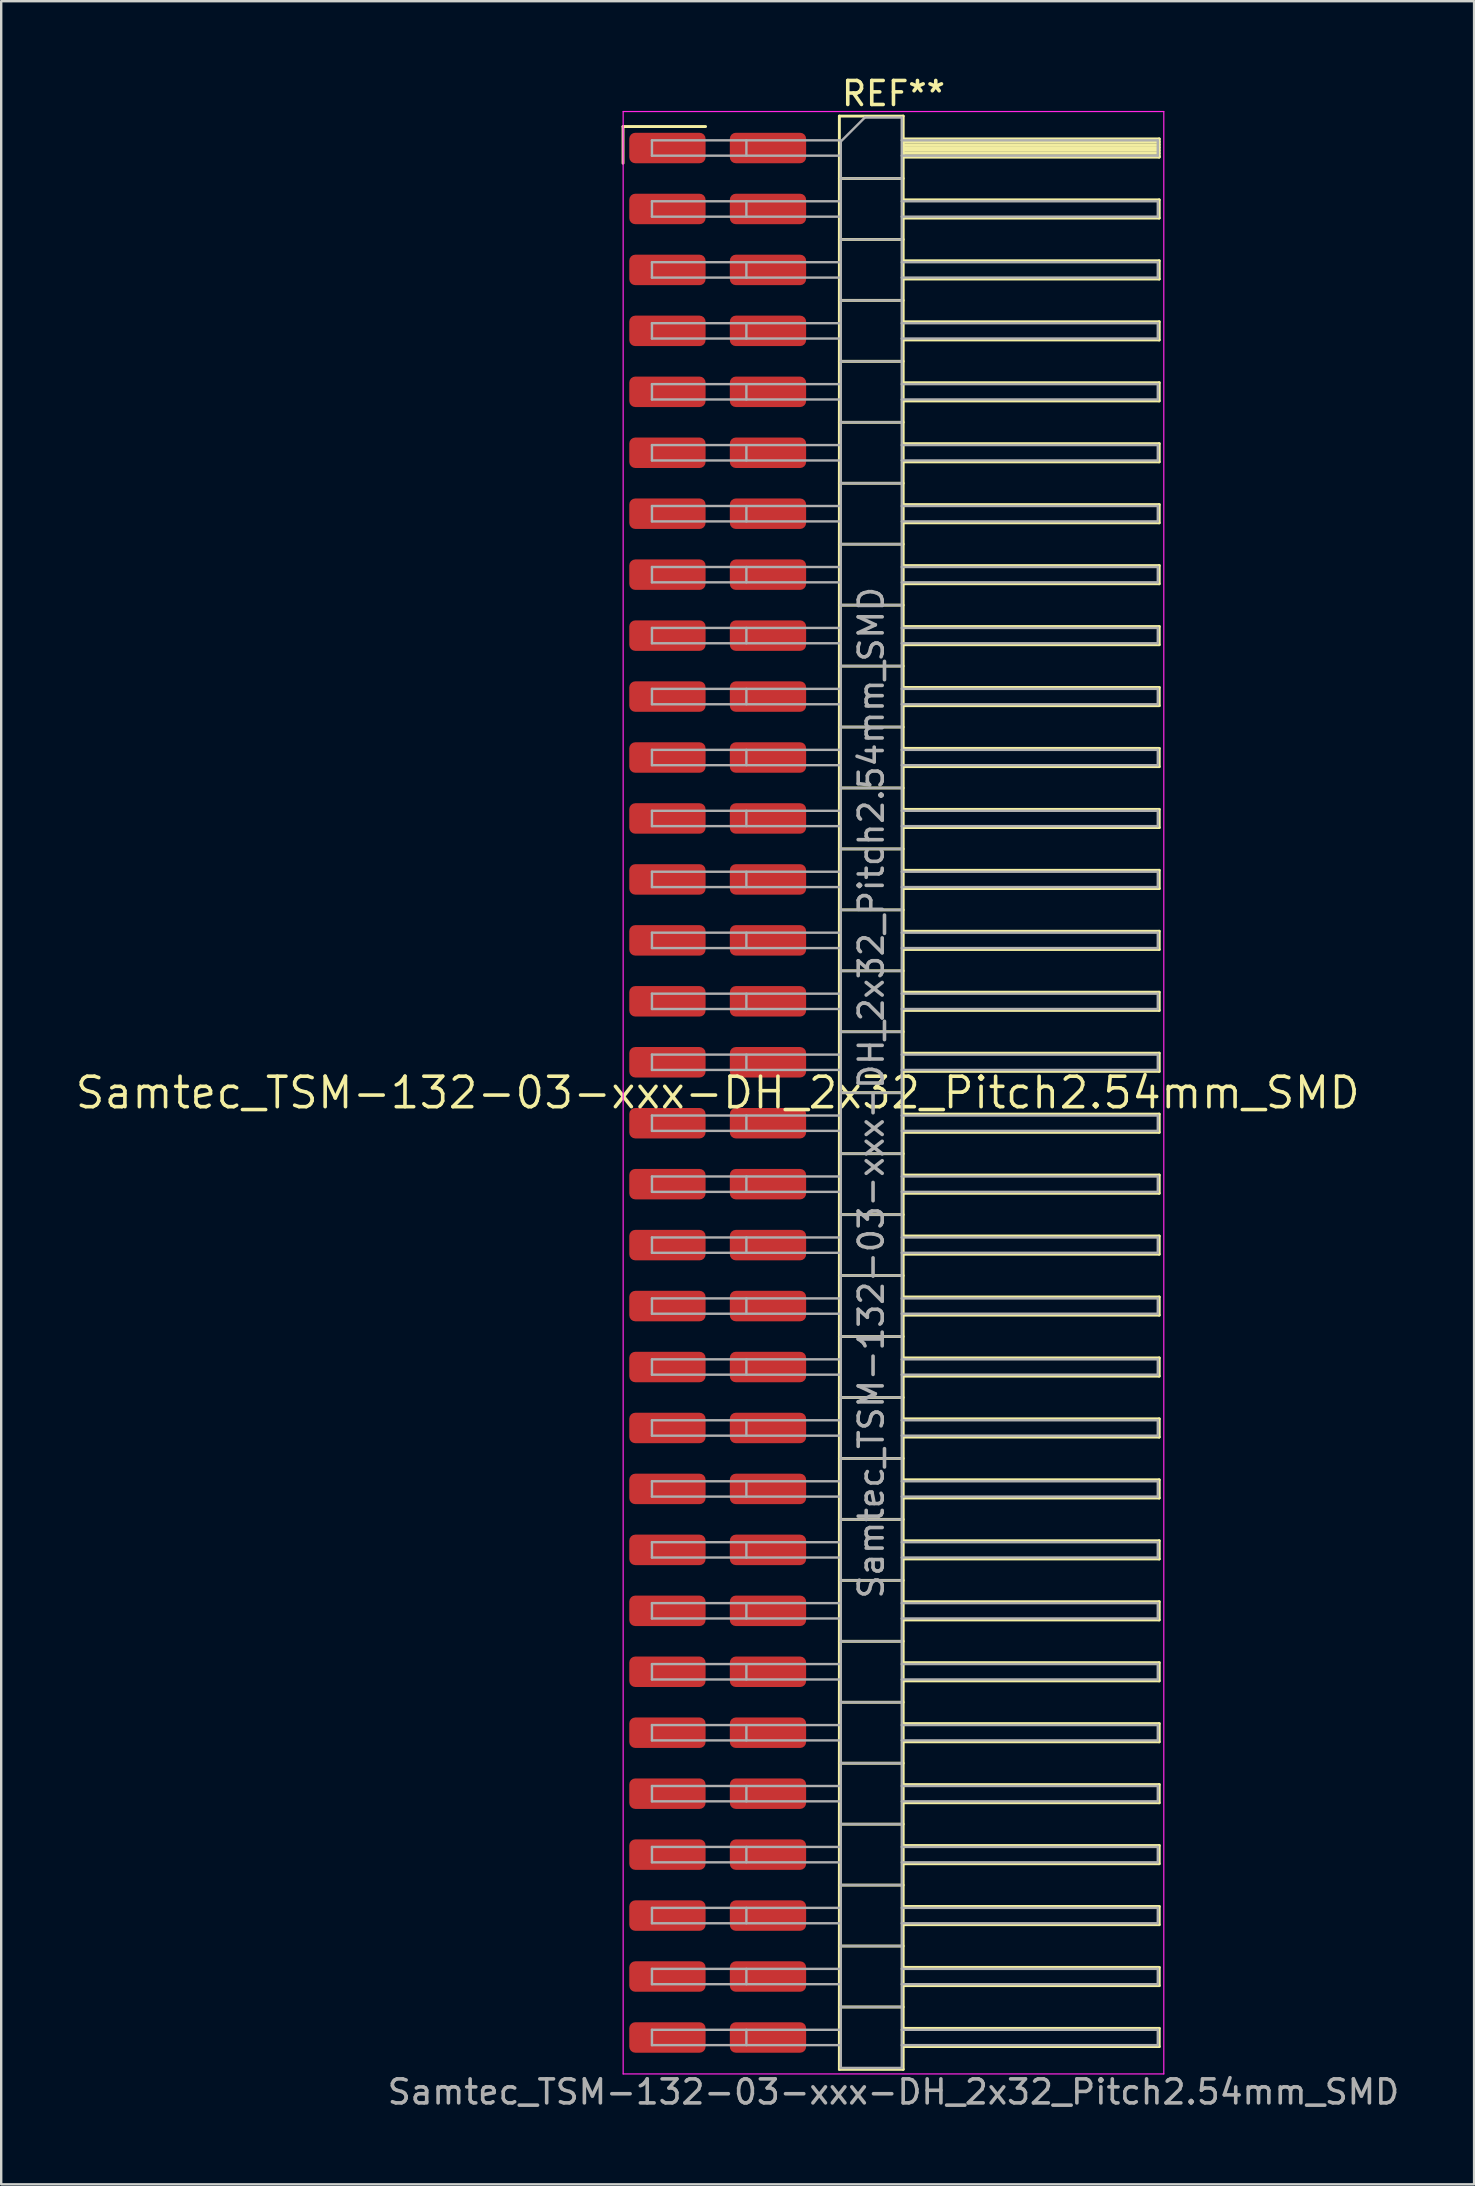
<source format=kicad_pcb>
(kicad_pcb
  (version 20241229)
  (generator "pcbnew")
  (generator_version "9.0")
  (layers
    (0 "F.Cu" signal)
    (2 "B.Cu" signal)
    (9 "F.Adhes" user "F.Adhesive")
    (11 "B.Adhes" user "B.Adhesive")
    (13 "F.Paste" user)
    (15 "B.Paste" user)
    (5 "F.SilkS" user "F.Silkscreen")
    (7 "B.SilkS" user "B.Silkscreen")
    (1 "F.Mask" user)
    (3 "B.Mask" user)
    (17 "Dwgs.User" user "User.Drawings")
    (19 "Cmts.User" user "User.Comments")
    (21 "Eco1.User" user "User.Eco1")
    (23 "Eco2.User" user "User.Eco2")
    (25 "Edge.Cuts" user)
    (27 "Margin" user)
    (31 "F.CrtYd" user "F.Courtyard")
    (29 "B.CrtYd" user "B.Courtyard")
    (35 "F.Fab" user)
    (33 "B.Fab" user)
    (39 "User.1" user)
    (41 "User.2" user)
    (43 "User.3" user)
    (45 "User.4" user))
  (footprint "Samtec_TSM-132-03-xxx-DH_2x32_Pitch2.54mm_SMD"
    (layer "F.Cu")
    (at 26.859 42.488)
    (property "Reference" "Samtec_TSM-132-03-xxx-DH_2x32_Pitch2.54mm_SMD" (at 0 0 0) (layer "F.SilkS") (effects (font (size 1.27 1.27) (thickness 0.15))))
    (attr smd)
    (fp_line (start -3.945 -40.265) (end -0.505 -40.265) (stroke (width 0.12) (type solid)) (layer "F.SilkS"))
    (fp_line (start -3.945 -38.735) (end -3.945 -40.265) (stroke (width 0.12) (type solid)) (layer "F.SilkS"))
    (fp_line (start 5.07 -40.7) (end 7.73 -40.7) (stroke (width 0.12) (type solid)) (layer "F.SilkS"))
    (fp_line (start 5.07 -38.1) (end 7.73 -38.1) (stroke (width 0.12) (type solid)) (layer "F.SilkS"))
    (fp_line (start 5.07 -35.56) (end 7.73 -35.56) (stroke (width 0.12) (type solid)) (layer "F.SilkS"))
    (fp_line (start 5.07 -33.02) (end 7.73 -33.02) (stroke (width 0.12) (type solid)) (layer "F.SilkS"))
    (fp_line (start 5.07 -30.48) (end 7.73 -30.48) (stroke (width 0.12) (type solid)) (layer "F.SilkS"))
    (fp_line (start 5.07 -27.94) (end 7.73 -27.94) (stroke (width 0.12) (type solid)) (layer "F.SilkS"))
    (fp_line (start 5.07 -25.4) (end 7.73 -25.4) (stroke (width 0.12) (type solid)) (layer "F.SilkS"))
    (fp_line (start 5.07 -22.86) (end 7.73 -22.86) (stroke (width 0.12) (type solid)) (layer "F.SilkS"))
    (fp_line (start 5.07 -20.32) (end 7.73 -20.32) (stroke (width 0.12) (type solid)) (layer "F.SilkS"))
    (fp_line (start 5.07 -17.78) (end 7.73 -17.78) (stroke (width 0.12) (type solid)) (layer "F.SilkS"))
    (fp_line (start 5.07 -15.24) (end 7.73 -15.24) (stroke (width 0.12) (type solid)) (layer "F.SilkS"))
    (fp_line (start 5.07 -12.7) (end 7.73 -12.7) (stroke (width 0.12) (type solid)) (layer "F.SilkS"))
    (fp_line (start 5.07 -10.16) (end 7.73 -10.16) (stroke (width 0.12) (type solid)) (layer "F.SilkS"))
    (fp_line (start 5.07 -7.62) (end 7.73 -7.62) (stroke (width 0.12) (type solid)) (layer "F.SilkS"))
    (fp_line (start 5.07 -5.08) (end 7.73 -5.08) (stroke (width 0.12) (type solid)) (layer "F.SilkS"))
    (fp_line (start 5.07 -2.54) (end 7.73 -2.54) (stroke (width 0.12) (type solid)) (layer "F.SilkS"))
    (fp_line (start 5.07 0) (end 7.73 0) (stroke (width 0.12) (type solid)) (layer "F.SilkS"))
    (fp_line (start 5.07 2.54) (end 7.73 2.54) (stroke (width 0.12) (type solid)) (layer "F.SilkS"))
    (fp_line (start 5.07 5.08) (end 7.73 5.08) (stroke (width 0.12) (type solid)) (layer "F.SilkS"))
    (fp_line (start 5.07 7.62) (end 7.73 7.62) (stroke (width 0.12) (type solid)) (layer "F.SilkS"))
    (fp_line (start 5.07 10.16) (end 7.73 10.16) (stroke (width 0.12) (type solid)) (layer "F.SilkS"))
    (fp_line (start 5.07 12.7) (end 7.73 12.7) (stroke (width 0.12) (type solid)) (layer "F.SilkS"))
    (fp_line (start 5.07 15.24) (end 7.73 15.24) (stroke (width 0.12) (type solid)) (layer "F.SilkS"))
    (fp_line (start 5.07 17.78) (end 7.73 17.78) (stroke (width 0.12) (type solid)) (layer "F.SilkS"))
    (fp_line (start 5.07 20.32) (end 7.73 20.32) (stroke (width 0.12) (type solid)) (layer "F.SilkS"))
    (fp_line (start 5.07 22.86) (end 7.73 22.86) (stroke (width 0.12) (type solid)) (layer "F.SilkS"))
    (fp_line (start 5.07 25.4) (end 7.73 25.4) (stroke (width 0.12) (type solid)) (layer "F.SilkS"))
    (fp_line (start 5.07 27.94) (end 7.73 27.94) (stroke (width 0.12) (type solid)) (layer "F.SilkS"))
    (fp_line (start 5.07 30.48) (end 7.73 30.48) (stroke (width 0.12) (type solid)) (layer "F.SilkS"))
    (fp_line (start 5.07 33.02) (end 7.73 33.02) (stroke (width 0.12) (type solid)) (layer "F.SilkS"))
    (fp_line (start 5.07 35.56) (end 7.73 35.56) (stroke (width 0.12) (type solid)) (layer "F.SilkS"))
    (fp_line (start 5.07 38.1) (end 7.73 38.1) (stroke (width 0.12) (type solid)) (layer "F.SilkS"))
    (fp_line (start 5.07 40.7) (end 5.07 -40.7) (stroke (width 0.12) (type solid)) (layer "F.SilkS"))
    (fp_line (start 7.73 -40.7) (end 7.73 40.7) (stroke (width 0.12) (type solid)) (layer "F.SilkS"))
    (fp_line (start 7.73 -39.75) (end 18.4 -39.75) (stroke (width 0.12) (type solid)) (layer "F.SilkS"))
    (fp_line (start 7.73 -39.63) (end 18.4 -39.63) (stroke (width 0.12) (type solid)) (layer "F.SilkS"))
    (fp_line (start 7.73 -39.51) (end 18.4 -39.51) (stroke (width 0.12) (type solid)) (layer "F.SilkS"))
    (fp_line (start 7.73 -39.39) (end 18.4 -39.39) (stroke (width 0.12) (type solid)) (layer "F.SilkS"))
    (fp_line (start 7.73 -39.27) (end 18.4 -39.27) (stroke (width 0.12) (type solid)) (layer "F.SilkS"))
    (fp_line (start 7.73 -39.15) (end 18.4 -39.15) (stroke (width 0.12) (type solid)) (layer "F.SilkS"))
    (fp_line (start 7.73 -39.03) (end 18.4 -39.03) (stroke (width 0.12) (type solid)) (layer "F.SilkS"))
    (fp_line (start 7.73 -38.99) (end 18.4 -38.99) (stroke (width 0.12) (type solid)) (layer "F.SilkS"))
    (fp_line (start 7.73 -37.21) (end 18.4 -37.21) (stroke (width 0.12) (type solid)) (layer "F.SilkS"))
    (fp_line (start 7.73 -36.45) (end 18.4 -36.45) (stroke (width 0.12) (type solid)) (layer "F.SilkS"))
    (fp_line (start 7.73 -34.67) (end 18.4 -34.67) (stroke (width 0.12) (type solid)) (layer "F.SilkS"))
    (fp_line (start 7.73 -33.91) (end 18.4 -33.91) (stroke (width 0.12) (type solid)) (layer "F.SilkS"))
    (fp_line (start 7.73 -32.13) (end 18.4 -32.13) (stroke (width 0.12) (type solid)) (layer "F.SilkS"))
    (fp_line (start 7.73 -31.37) (end 18.4 -31.37) (stroke (width 0.12) (type solid)) (layer "F.SilkS"))
    (fp_line (start 7.73 -29.59) (end 18.4 -29.59) (stroke (width 0.12) (type solid)) (layer "F.SilkS"))
    (fp_line (start 7.73 -28.83) (end 18.4 -28.83) (stroke (width 0.12) (type solid)) (layer "F.SilkS"))
    (fp_line (start 7.73 -27.05) (end 18.4 -27.05) (stroke (width 0.12) (type solid)) (layer "F.SilkS"))
    (fp_line (start 7.73 -26.29) (end 18.4 -26.29) (stroke (width 0.12) (type solid)) (layer "F.SilkS"))
    (fp_line (start 7.73 -24.51) (end 18.4 -24.51) (stroke (width 0.12) (type solid)) (layer "F.SilkS"))
    (fp_line (start 7.73 -23.75) (end 18.4 -23.75) (stroke (width 0.12) (type solid)) (layer "F.SilkS"))
    (fp_line (start 7.73 -21.97) (end 18.4 -21.97) (stroke (width 0.12) (type solid)) (layer "F.SilkS"))
    (fp_line (start 7.73 -21.21) (end 18.4 -21.21) (stroke (width 0.12) (type solid)) (layer "F.SilkS"))
    (fp_line (start 7.73 -19.43) (end 18.4 -19.43) (stroke (width 0.12) (type solid)) (layer "F.SilkS"))
    (fp_line (start 7.73 -18.67) (end 18.4 -18.67) (stroke (width 0.12) (type solid)) (layer "F.SilkS"))
    (fp_line (start 7.73 -16.89) (end 18.4 -16.89) (stroke (width 0.12) (type solid)) (layer "F.SilkS"))
    (fp_line (start 7.73 -16.13) (end 18.4 -16.13) (stroke (width 0.12) (type solid)) (layer "F.SilkS"))
    (fp_line (start 7.73 -14.35) (end 18.4 -14.35) (stroke (width 0.12) (type solid)) (layer "F.SilkS"))
    (fp_line (start 7.73 -13.59) (end 18.4 -13.59) (stroke (width 0.12) (type solid)) (layer "F.SilkS"))
    (fp_line (start 7.73 -11.81) (end 18.4 -11.81) (stroke (width 0.12) (type solid)) (layer "F.SilkS"))
    (fp_line (start 7.73 -11.05) (end 18.4 -11.05) (stroke (width 0.12) (type solid)) (layer "F.SilkS"))
    (fp_line (start 7.73 -9.27) (end 18.4 -9.27) (stroke (width 0.12) (type solid)) (layer "F.SilkS"))
    (fp_line (start 7.73 -8.51) (end 18.4 -8.51) (stroke (width 0.12) (type solid)) (layer "F.SilkS"))
    (fp_line (start 7.73 -6.73) (end 18.4 -6.73) (stroke (width 0.12) (type solid)) (layer "F.SilkS"))
    (fp_line (start 7.73 -5.97) (end 18.4 -5.97) (stroke (width 0.12) (type solid)) (layer "F.SilkS"))
    (fp_line (start 7.73 -4.19) (end 18.4 -4.19) (stroke (width 0.12) (type solid)) (layer "F.SilkS"))
    (fp_line (start 7.73 -3.43) (end 18.4 -3.43) (stroke (width 0.12) (type solid)) (layer "F.SilkS"))
    (fp_line (start 7.73 -1.65) (end 18.4 -1.65) (stroke (width 0.12) (type solid)) (layer "F.SilkS"))
    (fp_line (start 7.73 -0.89) (end 18.4 -0.89) (stroke (width 0.12) (type solid)) (layer "F.SilkS"))
    (fp_line (start 7.73 0.89) (end 18.4 0.89) (stroke (width 0.12) (type solid)) (layer "F.SilkS"))
    (fp_line (start 7.73 1.65) (end 18.4 1.65) (stroke (width 0.12) (type solid)) (layer "F.SilkS"))
    (fp_line (start 7.73 3.43) (end 18.4 3.43) (stroke (width 0.12) (type solid)) (layer "F.SilkS"))
    (fp_line (start 7.73 4.19) (end 18.4 4.19) (stroke (width 0.12) (type solid)) (layer "F.SilkS"))
    (fp_line (start 7.73 5.97) (end 18.4 5.97) (stroke (width 0.12) (type solid)) (layer "F.SilkS"))
    (fp_line (start 7.73 6.73) (end 18.4 6.73) (stroke (width 0.12) (type solid)) (layer "F.SilkS"))
    (fp_line (start 7.73 8.51) (end 18.4 8.51) (stroke (width 0.12) (type solid)) (layer "F.SilkS"))
    (fp_line (start 7.73 9.27) (end 18.4 9.27) (stroke (width 0.12) (type solid)) (layer "F.SilkS"))
    (fp_line (start 7.73 11.05) (end 18.4 11.05) (stroke (width 0.12) (type solid)) (layer "F.SilkS"))
    (fp_line (start 7.73 11.81) (end 18.4 11.81) (stroke (width 0.12) (type solid)) (layer "F.SilkS"))
    (fp_line (start 7.73 13.59) (end 18.4 13.59) (stroke (width 0.12) (type solid)) (layer "F.SilkS"))
    (fp_line (start 7.73 14.35) (end 18.4 14.35) (stroke (width 0.12) (type solid)) (layer "F.SilkS"))
    (fp_line (start 7.73 16.13) (end 18.4 16.13) (stroke (width 0.12) (type solid)) (layer "F.SilkS"))
    (fp_line (start 7.73 16.89) (end 18.4 16.89) (stroke (width 0.12) (type solid)) (layer "F.SilkS"))
    (fp_line (start 7.73 18.67) (end 18.4 18.67) (stroke (width 0.12) (type solid)) (layer "F.SilkS"))
    (fp_line (start 7.73 19.43) (end 18.4 19.43) (stroke (width 0.12) (type solid)) (layer "F.SilkS"))
    (fp_line (start 7.73 21.21) (end 18.4 21.21) (stroke (width 0.12) (type solid)) (layer "F.SilkS"))
    (fp_line (start 7.73 21.97) (end 18.4 21.97) (stroke (width 0.12) (type solid)) (layer "F.SilkS"))
    (fp_line (start 7.73 23.75) (end 18.4 23.75) (stroke (width 0.12) (type solid)) (layer "F.SilkS"))
    (fp_line (start 7.73 24.51) (end 18.4 24.51) (stroke (width 0.12) (type solid)) (layer "F.SilkS"))
    (fp_line (start 7.73 26.29) (end 18.4 26.29) (stroke (width 0.12) (type solid)) (layer "F.SilkS"))
    (fp_line (start 7.73 27.05) (end 18.4 27.05) (stroke (width 0.12) (type solid)) (layer "F.SilkS"))
    (fp_line (start 7.73 28.83) (end 18.4 28.83) (stroke (width 0.12) (type solid)) (layer "F.SilkS"))
    (fp_line (start 7.73 29.59) (end 18.4 29.59) (stroke (width 0.12) (type solid)) (layer "F.SilkS"))
    (fp_line (start 7.73 31.37) (end 18.4 31.37) (stroke (width 0.12) (type solid)) (layer "F.SilkS"))
    (fp_line (start 7.73 32.13) (end 18.4 32.13) (stroke (width 0.12) (type solid)) (layer "F.SilkS"))
    (fp_line (start 7.73 33.91) (end 18.4 33.91) (stroke (width 0.12) (type solid)) (layer "F.SilkS"))
    (fp_line (start 7.73 34.67) (end 18.4 34.67) (stroke (width 0.12) (type solid)) (layer "F.SilkS"))
    (fp_line (start 7.73 36.45) (end 18.4 36.45) (stroke (width 0.12) (type solid)) (layer "F.SilkS"))
    (fp_line (start 7.73 37.21) (end 18.4 37.21) (stroke (width 0.12) (type solid)) (layer "F.SilkS"))
    (fp_line (start 7.73 38.99) (end 18.4 38.99) (stroke (width 0.12) (type solid)) (layer "F.SilkS"))
    (fp_line (start 7.73 39.75) (end 18.4 39.75) (stroke (width 0.12) (type solid)) (layer "F.SilkS"))
    (fp_line (start 7.73 40.7) (end 5.07 40.7) (stroke (width 0.12) (type solid)) (layer "F.SilkS"))
    (fp_line (start 18.4 -39.75) (end 18.4 -38.99) (stroke (width 0.12) (type solid)) (layer "F.SilkS"))
    (fp_line (start 18.4 -37.21) (end 18.4 -36.45) (stroke (width 0.12) (type solid)) (layer "F.SilkS"))
    (fp_line (start 18.4 -34.67) (end 18.4 -33.91) (stroke (width 0.12) (type solid)) (layer "F.SilkS"))
    (fp_line (start 18.4 -32.13) (end 18.4 -31.37) (stroke (width 0.12) (type solid)) (layer "F.SilkS"))
    (fp_line (start 18.4 -29.59) (end 18.4 -28.83) (stroke (width 0.12) (type solid)) (layer "F.SilkS"))
    (fp_line (start 18.4 -27.05) (end 18.4 -26.29) (stroke (width 0.12) (type solid)) (layer "F.SilkS"))
    (fp_line (start 18.4 -24.51) (end 18.4 -23.75) (stroke (width 0.12) (type solid)) (layer "F.SilkS"))
    (fp_line (start 18.4 -21.97) (end 18.4 -21.21) (stroke (width 0.12) (type solid)) (layer "F.SilkS"))
    (fp_line (start 18.4 -19.43) (end 18.4 -18.67) (stroke (width 0.12) (type solid)) (layer "F.SilkS"))
    (fp_line (start 18.4 -16.89) (end 18.4 -16.13) (stroke (width 0.12) (type solid)) (layer "F.SilkS"))
    (fp_line (start 18.4 -14.35) (end 18.4 -13.59) (stroke (width 0.12) (type solid)) (layer "F.SilkS"))
    (fp_line (start 18.4 -11.81) (end 18.4 -11.05) (stroke (width 0.12) (type solid)) (layer "F.SilkS"))
    (fp_line (start 18.4 -9.27) (end 18.4 -8.51) (stroke (width 0.12) (type solid)) (layer "F.SilkS"))
    (fp_line (start 18.4 -6.73) (end 18.4 -5.97) (stroke (width 0.12) (type solid)) (layer "F.SilkS"))
    (fp_line (start 18.4 -4.19) (end 18.4 -3.43) (stroke (width 0.12) (type solid)) (layer "F.SilkS"))
    (fp_line (start 18.4 -1.65) (end 18.4 -0.89) (stroke (width 0.12) (type solid)) (layer "F.SilkS"))
    (fp_line (start 18.4 0.89) (end 18.4 1.65) (stroke (width 0.12) (type solid)) (layer "F.SilkS"))
    (fp_line (start 18.4 3.43) (end 18.4 4.19) (stroke (width 0.12) (type solid)) (layer "F.SilkS"))
    (fp_line (start 18.4 5.97) (end 18.4 6.73) (stroke (width 0.12) (type solid)) (layer "F.SilkS"))
    (fp_line (start 18.4 8.51) (end 18.4 9.27) (stroke (width 0.12) (type solid)) (layer "F.SilkS"))
    (fp_line (start 18.4 11.05) (end 18.4 11.81) (stroke (width 0.12) (type solid)) (layer "F.SilkS"))
    (fp_line (start 18.4 13.59) (end 18.4 14.35) (stroke (width 0.12) (type solid)) (layer "F.SilkS"))
    (fp_line (start 18.4 16.13) (end 18.4 16.89) (stroke (width 0.12) (type solid)) (layer "F.SilkS"))
    (fp_line (start 18.4 18.67) (end 18.4 19.43) (stroke (width 0.12) (type solid)) (layer "F.SilkS"))
    (fp_line (start 18.4 21.21) (end 18.4 21.97) (stroke (width 0.12) (type solid)) (layer "F.SilkS"))
    (fp_line (start 18.4 23.75) (end 18.4 24.51) (stroke (width 0.12) (type solid)) (layer "F.SilkS"))
    (fp_line (start 18.4 26.29) (end 18.4 27.05) (stroke (width 0.12) (type solid)) (layer "F.SilkS"))
    (fp_line (start 18.4 28.83) (end 18.4 29.59) (stroke (width 0.12) (type solid)) (layer "F.SilkS"))
    (fp_line (start 18.4 31.37) (end 18.4 32.13) (stroke (width 0.12) (type solid)) (layer "F.SilkS"))
    (fp_line (start 18.4 33.91) (end 18.4 34.67) (stroke (width 0.12) (type solid)) (layer "F.SilkS"))
    (fp_line (start 18.4 36.45) (end 18.4 37.21) (stroke (width 0.12) (type solid)) (layer "F.SilkS"))
    (fp_line (start 18.4 38.99) (end 18.4 39.75) (stroke (width 0.12) (type solid)) (layer "F.SilkS"))
    (fp_line (start -3.94 -40.89) (end 18.59 -40.89) (stroke (width 0.05) (type solid)) (layer "F.CrtYd"))
    (fp_line (start -3.94 40.89) (end -3.94 -40.89) (stroke (width 0.05) (type solid)) (layer "F.CrtYd"))
    (fp_line (start 18.59 -40.89) (end 18.59 40.89) (stroke (width 0.05) (type solid)) (layer "F.CrtYd"))
    (fp_line (start 18.59 40.89) (end -3.94 40.89) (stroke (width 0.05) (type solid)) (layer "F.CrtYd"))
    (fp_line (start -2.74 -39.69) (end -2.74 -39.05) (stroke (width 0.1) (type solid)) (layer "F.Fab"))
    (fp_line (start -2.74 -39.69) (end 5.13 -39.69) (stroke (width 0.1) (type solid)) (layer "F.Fab"))
    (fp_line (start -2.74 -39.05) (end 5.13 -39.05) (stroke (width 0.1) (type solid)) (layer "F.Fab"))
    (fp_line (start -2.74 -37.15) (end -2.74 -36.51) (stroke (width 0.1) (type solid)) (layer "F.Fab"))
    (fp_line (start -2.74 -37.15) (end 5.13 -37.15) (stroke (width 0.1) (type solid)) (layer "F.Fab"))
    (fp_line (start -2.74 -36.51) (end 5.13 -36.51) (stroke (width 0.1) (type solid)) (layer "F.Fab"))
    (fp_line (start -2.74 -34.61) (end -2.74 -33.97) (stroke (width 0.1) (type solid)) (layer "F.Fab"))
    (fp_line (start -2.74 -34.61) (end 5.13 -34.61) (stroke (width 0.1) (type solid)) (layer "F.Fab"))
    (fp_line (start -2.74 -33.97) (end 5.13 -33.97) (stroke (width 0.1) (type solid)) (layer "F.Fab"))
    (fp_line (start -2.74 -32.07) (end -2.74 -31.43) (stroke (width 0.1) (type solid)) (layer "F.Fab"))
    (fp_line (start -2.74 -32.07) (end 5.13 -32.07) (stroke (width 0.1) (type solid)) (layer "F.Fab"))
    (fp_line (start -2.74 -31.43) (end 5.13 -31.43) (stroke (width 0.1) (type solid)) (layer "F.Fab"))
    (fp_line (start -2.74 -29.53) (end -2.74 -28.89) (stroke (width 0.1) (type solid)) (layer "F.Fab"))
    (fp_line (start -2.74 -29.53) (end 5.13 -29.53) (stroke (width 0.1) (type solid)) (layer "F.Fab"))
    (fp_line (start -2.74 -28.89) (end 5.13 -28.89) (stroke (width 0.1) (type solid)) (layer "F.Fab"))
    (fp_line (start -2.74 -26.99) (end -2.74 -26.35) (stroke (width 0.1) (type solid)) (layer "F.Fab"))
    (fp_line (start -2.74 -26.99) (end 5.13 -26.99) (stroke (width 0.1) (type solid)) (layer "F.Fab"))
    (fp_line (start -2.74 -26.35) (end 5.13 -26.35) (stroke (width 0.1) (type solid)) (layer "F.Fab"))
    (fp_line (start -2.74 -24.45) (end -2.74 -23.81) (stroke (width 0.1) (type solid)) (layer "F.Fab"))
    (fp_line (start -2.74 -24.45) (end 5.13 -24.45) (stroke (width 0.1) (type solid)) (layer "F.Fab"))
    (fp_line (start -2.74 -23.81) (end 5.13 -23.81) (stroke (width 0.1) (type solid)) (layer "F.Fab"))
    (fp_line (start -2.74 -21.91) (end -2.74 -21.27) (stroke (width 0.1) (type solid)) (layer "F.Fab"))
    (fp_line (start -2.74 -21.91) (end 5.13 -21.91) (stroke (width 0.1) (type solid)) (layer "F.Fab"))
    (fp_line (start -2.74 -21.27) (end 5.13 -21.27) (stroke (width 0.1) (type solid)) (layer "F.Fab"))
    (fp_line (start -2.74 -19.37) (end -2.74 -18.73) (stroke (width 0.1) (type solid)) (layer "F.Fab"))
    (fp_line (start -2.74 -19.37) (end 5.13 -19.37) (stroke (width 0.1) (type solid)) (layer "F.Fab"))
    (fp_line (start -2.74 -18.73) (end 5.13 -18.73) (stroke (width 0.1) (type solid)) (layer "F.Fab"))
    (fp_line (start -2.74 -16.83) (end -2.74 -16.19) (stroke (width 0.1) (type solid)) (layer "F.Fab"))
    (fp_line (start -2.74 -16.83) (end 5.13 -16.83) (stroke (width 0.1) (type solid)) (layer "F.Fab"))
    (fp_line (start -2.74 -16.19) (end 5.13 -16.19) (stroke (width 0.1) (type solid)) (layer "F.Fab"))
    (fp_line (start -2.74 -14.29) (end -2.74 -13.65) (stroke (width 0.1) (type solid)) (layer "F.Fab"))
    (fp_line (start -2.74 -14.29) (end 5.13 -14.29) (stroke (width 0.1) (type solid)) (layer "F.Fab"))
    (fp_line (start -2.74 -13.65) (end 5.13 -13.65) (stroke (width 0.1) (type solid)) (layer "F.Fab"))
    (fp_line (start -2.74 -11.75) (end -2.74 -11.11) (stroke (width 0.1) (type solid)) (layer "F.Fab"))
    (fp_line (start -2.74 -11.75) (end 5.13 -11.75) (stroke (width 0.1) (type solid)) (layer "F.Fab"))
    (fp_line (start -2.74 -11.11) (end 5.13 -11.11) (stroke (width 0.1) (type solid)) (layer "F.Fab"))
    (fp_line (start -2.74 -9.21) (end -2.74 -8.57) (stroke (width 0.1) (type solid)) (layer "F.Fab"))
    (fp_line (start -2.74 -9.21) (end 5.13 -9.21) (stroke (width 0.1) (type solid)) (layer "F.Fab"))
    (fp_line (start -2.74 -8.57) (end 5.13 -8.57) (stroke (width 0.1) (type solid)) (layer "F.Fab"))
    (fp_line (start -2.74 -6.67) (end -2.74 -6.03) (stroke (width 0.1) (type solid)) (layer "F.Fab"))
    (fp_line (start -2.74 -6.67) (end 5.13 -6.67) (stroke (width 0.1) (type solid)) (layer "F.Fab"))
    (fp_line (start -2.74 -6.03) (end 5.13 -6.03) (stroke (width 0.1) (type solid)) (layer "F.Fab"))
    (fp_line (start -2.74 -4.13) (end -2.74 -3.49) (stroke (width 0.1) (type solid)) (layer "F.Fab"))
    (fp_line (start -2.74 -4.13) (end 5.13 -4.13) (stroke (width 0.1) (type solid)) (layer "F.Fab"))
    (fp_line (start -2.74 -3.49) (end 5.13 -3.49) (stroke (width 0.1) (type solid)) (layer "F.Fab"))
    (fp_line (start -2.74 -1.59) (end -2.74 -0.95) (stroke (width 0.1) (type solid)) (layer "F.Fab"))
    (fp_line (start -2.74 -1.59) (end 5.13 -1.59) (stroke (width 0.1) (type solid)) (layer "F.Fab"))
    (fp_line (start -2.74 -0.95) (end 5.13 -0.95) (stroke (width 0.1) (type solid)) (layer "F.Fab"))
    (fp_line (start -2.74 0.95) (end -2.74 1.59) (stroke (width 0.1) (type solid)) (layer "F.Fab"))
    (fp_line (start -2.74 0.95) (end 5.13 0.95) (stroke (width 0.1) (type solid)) (layer "F.Fab"))
    (fp_line (start -2.74 1.59) (end 5.13 1.59) (stroke (width 0.1) (type solid)) (layer "F.Fab"))
    (fp_line (start -2.74 3.49) (end -2.74 4.13) (stroke (width 0.1) (type solid)) (layer "F.Fab"))
    (fp_line (start -2.74 3.49) (end 5.13 3.49) (stroke (width 0.1) (type solid)) (layer "F.Fab"))
    (fp_line (start -2.74 4.13) (end 5.13 4.13) (stroke (width 0.1) (type solid)) (layer "F.Fab"))
    (fp_line (start -2.74 6.03) (end -2.74 6.67) (stroke (width 0.1) (type solid)) (layer "F.Fab"))
    (fp_line (start -2.74 6.03) (end 5.13 6.03) (stroke (width 0.1) (type solid)) (layer "F.Fab"))
    (fp_line (start -2.74 6.67) (end 5.13 6.67) (stroke (width 0.1) (type solid)) (layer "F.Fab"))
    (fp_line (start -2.74 8.57) (end -2.74 9.21) (stroke (width 0.1) (type solid)) (layer "F.Fab"))
    (fp_line (start -2.74 8.57) (end 5.13 8.57) (stroke (width 0.1) (type solid)) (layer "F.Fab"))
    (fp_line (start -2.74 9.21) (end 5.13 9.21) (stroke (width 0.1) (type solid)) (layer "F.Fab"))
    (fp_line (start -2.74 11.11) (end -2.74 11.75) (stroke (width 0.1) (type solid)) (layer "F.Fab"))
    (fp_line (start -2.74 11.11) (end 5.13 11.11) (stroke (width 0.1) (type solid)) (layer "F.Fab"))
    (fp_line (start -2.74 11.75) (end 5.13 11.75) (stroke (width 0.1) (type solid)) (layer "F.Fab"))
    (fp_line (start -2.74 13.65) (end -2.74 14.29) (stroke (width 0.1) (type solid)) (layer "F.Fab"))
    (fp_line (start -2.74 13.65) (end 5.13 13.65) (stroke (width 0.1) (type solid)) (layer "F.Fab"))
    (fp_line (start -2.74 14.29) (end 5.13 14.29) (stroke (width 0.1) (type solid)) (layer "F.Fab"))
    (fp_line (start -2.74 16.19) (end -2.74 16.83) (stroke (width 0.1) (type solid)) (layer "F.Fab"))
    (fp_line (start -2.74 16.19) (end 5.13 16.19) (stroke (width 0.1) (type solid)) (layer "F.Fab"))
    (fp_line (start -2.74 16.83) (end 5.13 16.83) (stroke (width 0.1) (type solid)) (layer "F.Fab"))
    (fp_line (start -2.74 18.73) (end -2.74 19.37) (stroke (width 0.1) (type solid)) (layer "F.Fab"))
    (fp_line (start -2.74 18.73) (end 5.13 18.73) (stroke (width 0.1) (type solid)) (layer "F.Fab"))
    (fp_line (start -2.74 19.37) (end 5.13 19.37) (stroke (width 0.1) (type solid)) (layer "F.Fab"))
    (fp_line (start -2.74 21.27) (end -2.74 21.91) (stroke (width 0.1) (type solid)) (layer "F.Fab"))
    (fp_line (start -2.74 21.27) (end 5.13 21.27) (stroke (width 0.1) (type solid)) (layer "F.Fab"))
    (fp_line (start -2.74 21.91) (end 5.13 21.91) (stroke (width 0.1) (type solid)) (layer "F.Fab"))
    (fp_line (start -2.74 23.81) (end -2.74 24.45) (stroke (width 0.1) (type solid)) (layer "F.Fab"))
    (fp_line (start -2.74 23.81) (end 5.13 23.81) (stroke (width 0.1) (type solid)) (layer "F.Fab"))
    (fp_line (start -2.74 24.45) (end 5.13 24.45) (stroke (width 0.1) (type solid)) (layer "F.Fab"))
    (fp_line (start -2.74 26.35) (end -2.74 26.99) (stroke (width 0.1) (type solid)) (layer "F.Fab"))
    (fp_line (start -2.74 26.35) (end 5.13 26.35) (stroke (width 0.1) (type solid)) (layer "F.Fab"))
    (fp_line (start -2.74 26.99) (end 5.13 26.99) (stroke (width 0.1) (type solid)) (layer "F.Fab"))
    (fp_line (start -2.74 28.89) (end -2.74 29.53) (stroke (width 0.1) (type solid)) (layer "F.Fab"))
    (fp_line (start -2.74 28.89) (end 5.13 28.89) (stroke (width 0.1) (type solid)) (layer "F.Fab"))
    (fp_line (start -2.74 29.53) (end 5.13 29.53) (stroke (width 0.1) (type solid)) (layer "F.Fab"))
    (fp_line (start -2.74 31.43) (end -2.74 32.07) (stroke (width 0.1) (type solid)) (layer "F.Fab"))
    (fp_line (start -2.74 31.43) (end 5.13 31.43) (stroke (width 0.1) (type solid)) (layer "F.Fab"))
    (fp_line (start -2.74 32.07) (end 5.13 32.07) (stroke (width 0.1) (type solid)) (layer "F.Fab"))
    (fp_line (start -2.74 33.97) (end -2.74 34.61) (stroke (width 0.1) (type solid)) (layer "F.Fab"))
    (fp_line (start -2.74 33.97) (end 5.13 33.97) (stroke (width 0.1) (type solid)) (layer "F.Fab"))
    (fp_line (start -2.74 34.61) (end 5.13 34.61) (stroke (width 0.1) (type solid)) (layer "F.Fab"))
    (fp_line (start -2.74 36.51) (end -2.74 37.15) (stroke (width 0.1) (type solid)) (layer "F.Fab"))
    (fp_line (start -2.74 36.51) (end 5.13 36.51) (stroke (width 0.1) (type solid)) (layer "F.Fab"))
    (fp_line (start -2.74 37.15) (end 5.13 37.15) (stroke (width 0.1) (type solid)) (layer "F.Fab"))
    (fp_line (start -2.74 39.05) (end -2.74 39.69) (stroke (width 0.1) (type solid)) (layer "F.Fab"))
    (fp_line (start -2.74 39.05) (end 5.13 39.05) (stroke (width 0.1) (type solid)) (layer "F.Fab"))
    (fp_line (start -2.74 39.69) (end 5.13 39.69) (stroke (width 0.1) (type solid)) (layer "F.Fab"))
    (fp_line (start 1.195 -39.69) (end 1.195 -39.05) (stroke (width 0.1) (type solid)) (layer "F.Fab"))
    (fp_line (start 1.195 -37.15) (end 1.195 -36.51) (stroke (width 0.1) (type solid)) (layer "F.Fab"))
    (fp_line (start 1.195 -34.61) (end 1.195 -33.97) (stroke (width 0.1) (type solid)) (layer "F.Fab"))
    (fp_line (start 1.195 -32.07) (end 1.195 -31.43) (stroke (width 0.1) (type solid)) (layer "F.Fab"))
    (fp_line (start 1.195 -29.53) (end 1.195 -28.89) (stroke (width 0.1) (type solid)) (layer "F.Fab"))
    (fp_line (start 1.195 -26.99) (end 1.195 -26.35) (stroke (width 0.1) (type solid)) (layer "F.Fab"))
    (fp_line (start 1.195 -24.45) (end 1.195 -23.81) (stroke (width 0.1) (type solid)) (layer "F.Fab"))
    (fp_line (start 1.195 -21.91) (end 1.195 -21.27) (stroke (width 0.1) (type solid)) (layer "F.Fab"))
    (fp_line (start 1.195 -19.37) (end 1.195 -18.73) (stroke (width 0.1) (type solid)) (layer "F.Fab"))
    (fp_line (start 1.195 -16.83) (end 1.195 -16.19) (stroke (width 0.1) (type solid)) (layer "F.Fab"))
    (fp_line (start 1.195 -14.29) (end 1.195 -13.65) (stroke (width 0.1) (type solid)) (layer "F.Fab"))
    (fp_line (start 1.195 -11.75) (end 1.195 -11.11) (stroke (width 0.1) (type solid)) (layer "F.Fab"))
    (fp_line (start 1.195 -9.21) (end 1.195 -8.57) (stroke (width 0.1) (type solid)) (layer "F.Fab"))
    (fp_line (start 1.195 -6.67) (end 1.195 -6.03) (stroke (width 0.1) (type solid)) (layer "F.Fab"))
    (fp_line (start 1.195 -4.13) (end 1.195 -3.49) (stroke (width 0.1) (type solid)) (layer "F.Fab"))
    (fp_line (start 1.195 -1.59) (end 1.195 -0.95) (stroke (width 0.1) (type solid)) (layer "F.Fab"))
    (fp_line (start 1.195 0.95) (end 1.195 1.59) (stroke (width 0.1) (type solid)) (layer "F.Fab"))
    (fp_line (start 1.195 3.49) (end 1.195 4.13) (stroke (width 0.1) (type solid)) (layer "F.Fab"))
    (fp_line (start 1.195 6.03) (end 1.195 6.67) (stroke (width 0.1) (type solid)) (layer "F.Fab"))
    (fp_line (start 1.195 8.57) (end 1.195 9.21) (stroke (width 0.1) (type solid)) (layer "F.Fab"))
    (fp_line (start 1.195 11.11) (end 1.195 11.75) (stroke (width 0.1) (type solid)) (layer "F.Fab"))
    (fp_line (start 1.195 13.65) (end 1.195 14.29) (stroke (width 0.1) (type solid)) (layer "F.Fab"))
    (fp_line (start 1.195 16.19) (end 1.195 16.83) (stroke (width 0.1) (type solid)) (layer "F.Fab"))
    (fp_line (start 1.195 18.73) (end 1.195 19.37) (stroke (width 0.1) (type solid)) (layer "F.Fab"))
    (fp_line (start 1.195 21.27) (end 1.195 21.91) (stroke (width 0.1) (type solid)) (layer "F.Fab"))
    (fp_line (start 1.195 23.81) (end 1.195 24.45) (stroke (width 0.1) (type solid)) (layer "F.Fab"))
    (fp_line (start 1.195 26.35) (end 1.195 26.99) (stroke (width 0.1) (type solid)) (layer "F.Fab"))
    (fp_line (start 1.195 28.89) (end 1.195 29.53) (stroke (width 0.1) (type solid)) (layer "F.Fab"))
    (fp_line (start 1.195 31.43) (end 1.195 32.07) (stroke (width 0.1) (type solid)) (layer "F.Fab"))
    (fp_line (start 1.195 33.97) (end 1.195 34.61) (stroke (width 0.1) (type solid)) (layer "F.Fab"))
    (fp_line (start 1.195 36.51) (end 1.195 37.15) (stroke (width 0.1) (type solid)) (layer "F.Fab"))
    (fp_line (start 1.195 39.05) (end 1.195 39.69) (stroke (width 0.1) (type solid)) (layer "F.Fab"))
    (fp_line (start 5.13 -39.64) (end 6.13 -40.64) (stroke (width 0.1) (type solid)) (layer "F.Fab"))
    (fp_line (start 5.13 -38.1) (end 7.67 -38.1) (stroke (width 0.1) (type solid)) (layer "F.Fab"))
    (fp_line (start 5.13 -35.56) (end 7.67 -35.56) (stroke (width 0.1) (type solid)) (layer "F.Fab"))
    (fp_line (start 5.13 -33.02) (end 7.67 -33.02) (stroke (width 0.1) (type solid)) (layer "F.Fab"))
    (fp_line (start 5.13 -30.48) (end 7.67 -30.48) (stroke (width 0.1) (type solid)) (layer "F.Fab"))
    (fp_line (start 5.13 -27.94) (end 7.67 -27.94) (stroke (width 0.1) (type solid)) (layer "F.Fab"))
    (fp_line (start 5.13 -25.4) (end 7.67 -25.4) (stroke (width 0.1) (type solid)) (layer "F.Fab"))
    (fp_line (start 5.13 -22.86) (end 7.67 -22.86) (stroke (width 0.1) (type solid)) (layer "F.Fab"))
    (fp_line (start 5.13 -20.32) (end 7.67 -20.32) (stroke (width 0.1) (type solid)) (layer "F.Fab"))
    (fp_line (start 5.13 -17.78) (end 7.67 -17.78) (stroke (width 0.1) (type solid)) (layer "F.Fab"))
    (fp_line (start 5.13 -15.24) (end 7.67 -15.24) (stroke (width 0.1) (type solid)) (layer "F.Fab"))
    (fp_line (start 5.13 -12.7) (end 7.67 -12.7) (stroke (width 0.1) (type solid)) (layer "F.Fab"))
    (fp_line (start 5.13 -10.16) (end 7.67 -10.16) (stroke (width 0.1) (type solid)) (layer "F.Fab"))
    (fp_line (start 5.13 -7.62) (end 7.67 -7.62) (stroke (width 0.1) (type solid)) (layer "F.Fab"))
    (fp_line (start 5.13 -5.08) (end 7.67 -5.08) (stroke (width 0.1) (type solid)) (layer "F.Fab"))
    (fp_line (start 5.13 -2.54) (end 7.67 -2.54) (stroke (width 0.1) (type solid)) (layer "F.Fab"))
    (fp_line (start 5.13 0) (end 7.67 0) (stroke (width 0.1) (type solid)) (layer "F.Fab"))
    (fp_line (start 5.13 2.54) (end 7.67 2.54) (stroke (width 0.1) (type solid)) (layer "F.Fab"))
    (fp_line (start 5.13 5.08) (end 7.67 5.08) (stroke (width 0.1) (type solid)) (layer "F.Fab"))
    (fp_line (start 5.13 7.62) (end 7.67 7.62) (stroke (width 0.1) (type solid)) (layer "F.Fab"))
    (fp_line (start 5.13 10.16) (end 7.67 10.16) (stroke (width 0.1) (type solid)) (layer "F.Fab"))
    (fp_line (start 5.13 12.7) (end 7.67 12.7) (stroke (width 0.1) (type solid)) (layer "F.Fab"))
    (fp_line (start 5.13 15.24) (end 7.67 15.24) (stroke (width 0.1) (type solid)) (layer "F.Fab"))
    (fp_line (start 5.13 17.78) (end 7.67 17.78) (stroke (width 0.1) (type solid)) (layer "F.Fab"))
    (fp_line (start 5.13 20.32) (end 7.67 20.32) (stroke (width 0.1) (type solid)) (layer "F.Fab"))
    (fp_line (start 5.13 22.86) (end 7.67 22.86) (stroke (width 0.1) (type solid)) (layer "F.Fab"))
    (fp_line (start 5.13 25.4) (end 7.67 25.4) (stroke (width 0.1) (type solid)) (layer "F.Fab"))
    (fp_line (start 5.13 27.94) (end 7.67 27.94) (stroke (width 0.1) (type solid)) (layer "F.Fab"))
    (fp_line (start 5.13 30.48) (end 7.67 30.48) (stroke (width 0.1) (type solid)) (layer "F.Fab"))
    (fp_line (start 5.13 33.02) (end 7.67 33.02) (stroke (width 0.1) (type solid)) (layer "F.Fab"))
    (fp_line (start 5.13 35.56) (end 7.67 35.56) (stroke (width 0.1) (type solid)) (layer "F.Fab"))
    (fp_line (start 5.13 38.1) (end 7.67 38.1) (stroke (width 0.1) (type solid)) (layer "F.Fab"))
    (fp_line (start 5.13 40.64) (end 5.13 -39.64) (stroke (width 0.1) (type solid)) (layer "F.Fab"))
    (fp_line (start 6.13 -40.64) (end 7.67 -40.64) (stroke (width 0.1) (type solid)) (layer "F.Fab"))
    (fp_line (start 7.67 -40.64) (end 7.67 40.64) (stroke (width 0.1) (type solid)) (layer "F.Fab"))
    (fp_line (start 7.67 -39.69) (end 18.34 -39.69) (stroke (width 0.1) (type solid)) (layer "F.Fab"))
    (fp_line (start 7.67 -39.05) (end 18.34 -39.05) (stroke (width 0.1) (type solid)) (layer "F.Fab"))
    (fp_line (start 7.67 -37.15) (end 18.34 -37.15) (stroke (width 0.1) (type solid)) (layer "F.Fab"))
    (fp_line (start 7.67 -36.51) (end 18.34 -36.51) (stroke (width 0.1) (type solid)) (layer "F.Fab"))
    (fp_line (start 7.67 -34.61) (end 18.34 -34.61) (stroke (width 0.1) (type solid)) (layer "F.Fab"))
    (fp_line (start 7.67 -33.97) (end 18.34 -33.97) (stroke (width 0.1) (type solid)) (layer "F.Fab"))
    (fp_line (start 7.67 -32.07) (end 18.34 -32.07) (stroke (width 0.1) (type solid)) (layer "F.Fab"))
    (fp_line (start 7.67 -31.43) (end 18.34 -31.43) (stroke (width 0.1) (type solid)) (layer "F.Fab"))
    (fp_line (start 7.67 -29.53) (end 18.34 -29.53) (stroke (width 0.1) (type solid)) (layer "F.Fab"))
    (fp_line (start 7.67 -28.89) (end 18.34 -28.89) (stroke (width 0.1) (type solid)) (layer "F.Fab"))
    (fp_line (start 7.67 -26.99) (end 18.34 -26.99) (stroke (width 0.1) (type solid)) (layer "F.Fab"))
    (fp_line (start 7.67 -26.35) (end 18.34 -26.35) (stroke (width 0.1) (type solid)) (layer "F.Fab"))
    (fp_line (start 7.67 -24.45) (end 18.34 -24.45) (stroke (width 0.1) (type solid)) (layer "F.Fab"))
    (fp_line (start 7.67 -23.81) (end 18.34 -23.81) (stroke (width 0.1) (type solid)) (layer "F.Fab"))
    (fp_line (start 7.67 -21.91) (end 18.34 -21.91) (stroke (width 0.1) (type solid)) (layer "F.Fab"))
    (fp_line (start 7.67 -21.27) (end 18.34 -21.27) (stroke (width 0.1) (type solid)) (layer "F.Fab"))
    (fp_line (start 7.67 -19.37) (end 18.34 -19.37) (stroke (width 0.1) (type solid)) (layer "F.Fab"))
    (fp_line (start 7.67 -18.73) (end 18.34 -18.73) (stroke (width 0.1) (type solid)) (layer "F.Fab"))
    (fp_line (start 7.67 -16.83) (end 18.34 -16.83) (stroke (width 0.1) (type solid)) (layer "F.Fab"))
    (fp_line (start 7.67 -16.19) (end 18.34 -16.19) (stroke (width 0.1) (type solid)) (layer "F.Fab"))
    (fp_line (start 7.67 -14.29) (end 18.34 -14.29) (stroke (width 0.1) (type solid)) (layer "F.Fab"))
    (fp_line (start 7.67 -13.65) (end 18.34 -13.65) (stroke (width 0.1) (type solid)) (layer "F.Fab"))
    (fp_line (start 7.67 -11.75) (end 18.34 -11.75) (stroke (width 0.1) (type solid)) (layer "F.Fab"))
    (fp_line (start 7.67 -11.11) (end 18.34 -11.11) (stroke (width 0.1) (type solid)) (layer "F.Fab"))
    (fp_line (start 7.67 -9.21) (end 18.34 -9.21) (stroke (width 0.1) (type solid)) (layer "F.Fab"))
    (fp_line (start 7.67 -8.57) (end 18.34 -8.57) (stroke (width 0.1) (type solid)) (layer "F.Fab"))
    (fp_line (start 7.67 -6.67) (end 18.34 -6.67) (stroke (width 0.1) (type solid)) (layer "F.Fab"))
    (fp_line (start 7.67 -6.03) (end 18.34 -6.03) (stroke (width 0.1) (type solid)) (layer "F.Fab"))
    (fp_line (start 7.67 -4.13) (end 18.34 -4.13) (stroke (width 0.1) (type solid)) (layer "F.Fab"))
    (fp_line (start 7.67 -3.49) (end 18.34 -3.49) (stroke (width 0.1) (type solid)) (layer "F.Fab"))
    (fp_line (start 7.67 -1.59) (end 18.34 -1.59) (stroke (width 0.1) (type solid)) (layer "F.Fab"))
    (fp_line (start 7.67 -0.95) (end 18.34 -0.95) (stroke (width 0.1) (type solid)) (layer "F.Fab"))
    (fp_line (start 7.67 0.95) (end 18.34 0.95) (stroke (width 0.1) (type solid)) (layer "F.Fab"))
    (fp_line (start 7.67 1.59) (end 18.34 1.59) (stroke (width 0.1) (type solid)) (layer "F.Fab"))
    (fp_line (start 7.67 3.49) (end 18.34 3.49) (stroke (width 0.1) (type solid)) (layer "F.Fab"))
    (fp_line (start 7.67 4.13) (end 18.34 4.13) (stroke (width 0.1) (type solid)) (layer "F.Fab"))
    (fp_line (start 7.67 6.03) (end 18.34 6.03) (stroke (width 0.1) (type solid)) (layer "F.Fab"))
    (fp_line (start 7.67 6.67) (end 18.34 6.67) (stroke (width 0.1) (type solid)) (layer "F.Fab"))
    (fp_line (start 7.67 8.57) (end 18.34 8.57) (stroke (width 0.1) (type solid)) (layer "F.Fab"))
    (fp_line (start 7.67 9.21) (end 18.34 9.21) (stroke (width 0.1) (type solid)) (layer "F.Fab"))
    (fp_line (start 7.67 11.11) (end 18.34 11.11) (stroke (width 0.1) (type solid)) (layer "F.Fab"))
    (fp_line (start 7.67 11.75) (end 18.34 11.75) (stroke (width 0.1) (type solid)) (layer "F.Fab"))
    (fp_line (start 7.67 13.65) (end 18.34 13.65) (stroke (width 0.1) (type solid)) (layer "F.Fab"))
    (fp_line (start 7.67 14.29) (end 18.34 14.29) (stroke (width 0.1) (type solid)) (layer "F.Fab"))
    (fp_line (start 7.67 16.19) (end 18.34 16.19) (stroke (width 0.1) (type solid)) (layer "F.Fab"))
    (fp_line (start 7.67 16.83) (end 18.34 16.83) (stroke (width 0.1) (type solid)) (layer "F.Fab"))
    (fp_line (start 7.67 18.73) (end 18.34 18.73) (stroke (width 0.1) (type solid)) (layer "F.Fab"))
    (fp_line (start 7.67 19.37) (end 18.34 19.37) (stroke (width 0.1) (type solid)) (layer "F.Fab"))
    (fp_line (start 7.67 21.27) (end 18.34 21.27) (stroke (width 0.1) (type solid)) (layer "F.Fab"))
    (fp_line (start 7.67 21.91) (end 18.34 21.91) (stroke (width 0.1) (type solid)) (layer "F.Fab"))
    (fp_line (start 7.67 23.81) (end 18.34 23.81) (stroke (width 0.1) (type solid)) (layer "F.Fab"))
    (fp_line (start 7.67 24.45) (end 18.34 24.45) (stroke (width 0.1) (type solid)) (layer "F.Fab"))
    (fp_line (start 7.67 26.35) (end 18.34 26.35) (stroke (width 0.1) (type solid)) (layer "F.Fab"))
    (fp_line (start 7.67 26.99) (end 18.34 26.99) (stroke (width 0.1) (type solid)) (layer "F.Fab"))
    (fp_line (start 7.67 28.89) (end 18.34 28.89) (stroke (width 0.1) (type solid)) (layer "F.Fab"))
    (fp_line (start 7.67 29.53) (end 18.34 29.53) (stroke (width 0.1) (type solid)) (layer "F.Fab"))
    (fp_line (start 7.67 31.43) (end 18.34 31.43) (stroke (width 0.1) (type solid)) (layer "F.Fab"))
    (fp_line (start 7.67 32.07) (end 18.34 32.07) (stroke (width 0.1) (type solid)) (layer "F.Fab"))
    (fp_line (start 7.67 33.97) (end 18.34 33.97) (stroke (width 0.1) (type solid)) (layer "F.Fab"))
    (fp_line (start 7.67 34.61) (end 18.34 34.61) (stroke (width 0.1) (type solid)) (layer "F.Fab"))
    (fp_line (start 7.67 36.51) (end 18.34 36.51) (stroke (width 0.1) (type solid)) (layer "F.Fab"))
    (fp_line (start 7.67 37.15) (end 18.34 37.15) (stroke (width 0.1) (type solid)) (layer "F.Fab"))
    (fp_line (start 7.67 39.05) (end 18.34 39.05) (stroke (width 0.1) (type solid)) (layer "F.Fab"))
    (fp_line (start 7.67 39.69) (end 18.34 39.69) (stroke (width 0.1) (type solid)) (layer "F.Fab"))
    (fp_line (start 7.67 40.64) (end 5.13 40.64) (stroke (width 0.1) (type solid)) (layer "F.Fab"))
    (fp_line (start 18.34 -39.69) (end 18.34 -39.05) (stroke (width 0.1) (type solid)) (layer "F.Fab"))
    (fp_line (start 18.34 -37.15) (end 18.34 -36.51) (stroke (width 0.1) (type solid)) (layer "F.Fab"))
    (fp_line (start 18.34 -34.61) (end 18.34 -33.97) (stroke (width 0.1) (type solid)) (layer "F.Fab"))
    (fp_line (start 18.34 -32.07) (end 18.34 -31.43) (stroke (width 0.1) (type solid)) (layer "F.Fab"))
    (fp_line (start 18.34 -29.53) (end 18.34 -28.89) (stroke (width 0.1) (type solid)) (layer "F.Fab"))
    (fp_line (start 18.34 -26.99) (end 18.34 -26.35) (stroke (width 0.1) (type solid)) (layer "F.Fab"))
    (fp_line (start 18.34 -24.45) (end 18.34 -23.81) (stroke (width 0.1) (type solid)) (layer "F.Fab"))
    (fp_line (start 18.34 -21.91) (end 18.34 -21.27) (stroke (width 0.1) (type solid)) (layer "F.Fab"))
    (fp_line (start 18.34 -19.37) (end 18.34 -18.73) (stroke (width 0.1) (type solid)) (layer "F.Fab"))
    (fp_line (start 18.34 -16.83) (end 18.34 -16.19) (stroke (width 0.1) (type solid)) (layer "F.Fab"))
    (fp_line (start 18.34 -14.29) (end 18.34 -13.65) (stroke (width 0.1) (type solid)) (layer "F.Fab"))
    (fp_line (start 18.34 -11.75) (end 18.34 -11.11) (stroke (width 0.1) (type solid)) (layer "F.Fab"))
    (fp_line (start 18.34 -9.21) (end 18.34 -8.57) (stroke (width 0.1) (type solid)) (layer "F.Fab"))
    (fp_line (start 18.34 -6.67) (end 18.34 -6.03) (stroke (width 0.1) (type solid)) (layer "F.Fab"))
    (fp_line (start 18.34 -4.13) (end 18.34 -3.49) (stroke (width 0.1) (type solid)) (layer "F.Fab"))
    (fp_line (start 18.34 -1.59) (end 18.34 -0.95) (stroke (width 0.1) (type solid)) (layer "F.Fab"))
    (fp_line (start 18.34 0.95) (end 18.34 1.59) (stroke (width 0.1) (type solid)) (layer "F.Fab"))
    (fp_line (start 18.34 3.49) (end 18.34 4.13) (stroke (width 0.1) (type solid)) (layer "F.Fab"))
    (fp_line (start 18.34 6.03) (end 18.34 6.67) (stroke (width 0.1) (type solid)) (layer "F.Fab"))
    (fp_line (start 18.34 8.57) (end 18.34 9.21) (stroke (width 0.1) (type solid)) (layer "F.Fab"))
    (fp_line (start 18.34 11.11) (end 18.34 11.75) (stroke (width 0.1) (type solid)) (layer "F.Fab"))
    (fp_line (start 18.34 13.65) (end 18.34 14.29) (stroke (width 0.1) (type solid)) (layer "F.Fab"))
    (fp_line (start 18.34 16.19) (end 18.34 16.83) (stroke (width 0.1) (type solid)) (layer "F.Fab"))
    (fp_line (start 18.34 18.73) (end 18.34 19.37) (stroke (width 0.1) (type solid)) (layer "F.Fab"))
    (fp_line (start 18.34 21.27) (end 18.34 21.91) (stroke (width 0.1) (type solid)) (layer "F.Fab"))
    (fp_line (start 18.34 23.81) (end 18.34 24.45) (stroke (width 0.1) (type solid)) (layer "F.Fab"))
    (fp_line (start 18.34 26.35) (end 18.34 26.99) (stroke (width 0.1) (type solid)) (layer "F.Fab"))
    (fp_line (start 18.34 28.89) (end 18.34 29.53) (stroke (width 0.1) (type solid)) (layer "F.Fab"))
    (fp_line (start 18.34 31.43) (end 18.34 32.07) (stroke (width 0.1) (type solid)) (layer "F.Fab"))
    (fp_line (start 18.34 33.97) (end 18.34 34.61) (stroke (width 0.1) (type solid)) (layer "F.Fab"))
    (fp_line (start 18.34 36.51) (end 18.34 37.15) (stroke (width 0.1) (type solid)) (layer "F.Fab"))
    (fp_line (start 18.34 39.05) (end 18.34 39.69) (stroke (width 0.1) (type solid)) (layer "F.Fab"))
    (fp_text user "REF**" (at 7.325 -41.64 0) (layer "F.SilkS") (effects (font (size 1 1) (thickness 0.15))))
    (fp_text user "${REFERENCE}" (at 6.4 0 90) (layer "F.Fab") (effects (font (size 1 1) (thickness 0.15))))
    (fp_text user "Samtec_TSM-132-03-xxx-DH_2x32_Pitch2.54mm_SMD" (at 7.325 41.64 0) (layer "F.Fab") (effects (font (size 1 1) (thickness 0.15))))
    (pad "1" smd roundrect (at -2.095 -39.37) (size 3.18 1.27) (layers "F.Cu" "F.Mask" "F.Paste") (roundrect_rratio 0.197))
    (pad "2" smd roundrect (at 2.095 -39.37) (size 3.18 1.27) (layers "F.Cu" "F.Mask" "F.Paste") (roundrect_rratio 0.197))
    (pad "3" smd roundrect (at -2.095 -36.83) (size 3.18 1.27) (layers "F.Cu" "F.Mask" "F.Paste") (roundrect_rratio 0.197))
    (pad "4" smd roundrect (at 2.095 -36.83) (size 3.18 1.27) (layers "F.Cu" "F.Mask" "F.Paste") (roundrect_rratio 0.197))
    (pad "5" smd roundrect (at -2.095 -34.29) (size 3.18 1.27) (layers "F.Cu" "F.Mask" "F.Paste") (roundrect_rratio 0.197))
    (pad "6" smd roundrect (at 2.095 -34.29) (size 3.18 1.27) (layers "F.Cu" "F.Mask" "F.Paste") (roundrect_rratio 0.197))
    (pad "7" smd roundrect (at -2.095 -31.75) (size 3.18 1.27) (layers "F.Cu" "F.Mask" "F.Paste") (roundrect_rratio 0.197))
    (pad "8" smd roundrect (at 2.095 -31.75) (size 3.18 1.27) (layers "F.Cu" "F.Mask" "F.Paste") (roundrect_rratio 0.197))
    (pad "9" smd roundrect (at -2.095 -29.21) (size 3.18 1.27) (layers "F.Cu" "F.Mask" "F.Paste") (roundrect_rratio 0.197))
    (pad "10" smd roundrect (at 2.095 -29.21) (size 3.18 1.27) (layers "F.Cu" "F.Mask" "F.Paste") (roundrect_rratio 0.197))
    (pad "11" smd roundrect (at -2.095 -26.67) (size 3.18 1.27) (layers "F.Cu" "F.Mask" "F.Paste") (roundrect_rratio 0.197))
    (pad "12" smd roundrect (at 2.095 -26.67) (size 3.18 1.27) (layers "F.Cu" "F.Mask" "F.Paste") (roundrect_rratio 0.197))
    (pad "13" smd roundrect (at -2.095 -24.13) (size 3.18 1.27) (layers "F.Cu" "F.Mask" "F.Paste") (roundrect_rratio 0.197))
    (pad "14" smd roundrect (at 2.095 -24.13) (size 3.18 1.27) (layers "F.Cu" "F.Mask" "F.Paste") (roundrect_rratio 0.197))
    (pad "15" smd roundrect (at -2.095 -21.59) (size 3.18 1.27) (layers "F.Cu" "F.Mask" "F.Paste") (roundrect_rratio 0.197))
    (pad "16" smd roundrect (at 2.095 -21.59) (size 3.18 1.27) (layers "F.Cu" "F.Mask" "F.Paste") (roundrect_rratio 0.197))
    (pad "17" smd roundrect (at -2.095 -19.05) (size 3.18 1.27) (layers "F.Cu" "F.Mask" "F.Paste") (roundrect_rratio 0.197))
    (pad "18" smd roundrect (at 2.095 -19.05) (size 3.18 1.27) (layers "F.Cu" "F.Mask" "F.Paste") (roundrect_rratio 0.197))
    (pad "19" smd roundrect (at -2.095 -16.51) (size 3.18 1.27) (layers "F.Cu" "F.Mask" "F.Paste") (roundrect_rratio 0.197))
    (pad "20" smd roundrect (at 2.095 -16.51) (size 3.18 1.27) (layers "F.Cu" "F.Mask" "F.Paste") (roundrect_rratio 0.197))
    (pad "21" smd roundrect (at -2.095 -13.97) (size 3.18 1.27) (layers "F.Cu" "F.Mask" "F.Paste") (roundrect_rratio 0.197))
    (pad "22" smd roundrect (at 2.095 -13.97) (size 3.18 1.27) (layers "F.Cu" "F.Mask" "F.Paste") (roundrect_rratio 0.197))
    (pad "23" smd roundrect (at -2.095 -11.43) (size 3.18 1.27) (layers "F.Cu" "F.Mask" "F.Paste") (roundrect_rratio 0.197))
    (pad "24" smd roundrect (at 2.095 -11.43) (size 3.18 1.27) (layers "F.Cu" "F.Mask" "F.Paste") (roundrect_rratio 0.197))
    (pad "25" smd roundrect (at -2.095 -8.89) (size 3.18 1.27) (layers "F.Cu" "F.Mask" "F.Paste") (roundrect_rratio 0.197))
    (pad "26" smd roundrect (at 2.095 -8.89) (size 3.18 1.27) (layers "F.Cu" "F.Mask" "F.Paste") (roundrect_rratio 0.197))
    (pad "27" smd roundrect (at -2.095 -6.35) (size 3.18 1.27) (layers "F.Cu" "F.Mask" "F.Paste") (roundrect_rratio 0.197))
    (pad "28" smd roundrect (at 2.095 -6.35) (size 3.18 1.27) (layers "F.Cu" "F.Mask" "F.Paste") (roundrect_rratio 0.197))
    (pad "29" smd roundrect (at -2.095 -3.81) (size 3.18 1.27) (layers "F.Cu" "F.Mask" "F.Paste") (roundrect_rratio 0.197))
    (pad "30" smd roundrect (at 2.095 -3.81) (size 3.18 1.27) (layers "F.Cu" "F.Mask" "F.Paste") (roundrect_rratio 0.197))
    (pad "31" smd roundrect (at -2.095 -1.27) (size 3.18 1.27) (layers "F.Cu" "F.Mask" "F.Paste") (roundrect_rratio 0.197))
    (pad "32" smd roundrect (at 2.095 -1.27) (size 3.18 1.27) (layers "F.Cu" "F.Mask" "F.Paste") (roundrect_rratio 0.197))
    (pad "33" smd roundrect (at -2.095 1.27) (size 3.18 1.27) (layers "F.Cu" "F.Mask" "F.Paste") (roundrect_rratio 0.197))
    (pad "34" smd roundrect (at 2.095 1.27) (size 3.18 1.27) (layers "F.Cu" "F.Mask" "F.Paste") (roundrect_rratio 0.197))
    (pad "35" smd roundrect (at -2.095 3.81) (size 3.18 1.27) (layers "F.Cu" "F.Mask" "F.Paste") (roundrect_rratio 0.197))
    (pad "36" smd roundrect (at 2.095 3.81) (size 3.18 1.27) (layers "F.Cu" "F.Mask" "F.Paste") (roundrect_rratio 0.197))
    (pad "37" smd roundrect (at -2.095 6.35) (size 3.18 1.27) (layers "F.Cu" "F.Mask" "F.Paste") (roundrect_rratio 0.197))
    (pad "38" smd roundrect (at 2.095 6.35) (size 3.18 1.27) (layers "F.Cu" "F.Mask" "F.Paste") (roundrect_rratio 0.197))
    (pad "39" smd roundrect (at -2.095 8.89) (size 3.18 1.27) (layers "F.Cu" "F.Mask" "F.Paste") (roundrect_rratio 0.197))
    (pad "40" smd roundrect (at 2.095 8.89) (size 3.18 1.27) (layers "F.Cu" "F.Mask" "F.Paste") (roundrect_rratio 0.197))
    (pad "41" smd roundrect (at -2.095 11.43) (size 3.18 1.27) (layers "F.Cu" "F.Mask" "F.Paste") (roundrect_rratio 0.197))
    (pad "42" smd roundrect (at 2.095 11.43) (size 3.18 1.27) (layers "F.Cu" "F.Mask" "F.Paste") (roundrect_rratio 0.197))
    (pad "43" smd roundrect (at -2.095 13.97) (size 3.18 1.27) (layers "F.Cu" "F.Mask" "F.Paste") (roundrect_rratio 0.197))
    (pad "44" smd roundrect (at 2.095 13.97) (size 3.18 1.27) (layers "F.Cu" "F.Mask" "F.Paste") (roundrect_rratio 0.197))
    (pad "45" smd roundrect (at -2.095 16.51) (size 3.18 1.27) (layers "F.Cu" "F.Mask" "F.Paste") (roundrect_rratio 0.197))
    (pad "46" smd roundrect (at 2.095 16.51) (size 3.18 1.27) (layers "F.Cu" "F.Mask" "F.Paste") (roundrect_rratio 0.197))
    (pad "47" smd roundrect (at -2.095 19.05) (size 3.18 1.27) (layers "F.Cu" "F.Mask" "F.Paste") (roundrect_rratio 0.197))
    (pad "48" smd roundrect (at 2.095 19.05) (size 3.18 1.27) (layers "F.Cu" "F.Mask" "F.Paste") (roundrect_rratio 0.197))
    (pad "49" smd roundrect (at -2.095 21.59) (size 3.18 1.27) (layers "F.Cu" "F.Mask" "F.Paste") (roundrect_rratio 0.197))
    (pad "50" smd roundrect (at 2.095 21.59) (size 3.18 1.27) (layers "F.Cu" "F.Mask" "F.Paste") (roundrect_rratio 0.197))
    (pad "51" smd roundrect (at -2.095 24.13) (size 3.18 1.27) (layers "F.Cu" "F.Mask" "F.Paste") (roundrect_rratio 0.197))
    (pad "52" smd roundrect (at 2.095 24.13) (size 3.18 1.27) (layers "F.Cu" "F.Mask" "F.Paste") (roundrect_rratio 0.197))
    (pad "53" smd roundrect (at -2.095 26.67) (size 3.18 1.27) (layers "F.Cu" "F.Mask" "F.Paste") (roundrect_rratio 0.197))
    (pad "54" smd roundrect (at 2.095 26.67) (size 3.18 1.27) (layers "F.Cu" "F.Mask" "F.Paste") (roundrect_rratio 0.197))
    (pad "55" smd roundrect (at -2.095 29.21) (size 3.18 1.27) (layers "F.Cu" "F.Mask" "F.Paste") (roundrect_rratio 0.197))
    (pad "56" smd roundrect (at 2.095 29.21) (size 3.18 1.27) (layers "F.Cu" "F.Mask" "F.Paste") (roundrect_rratio 0.197))
    (pad "57" smd roundrect (at -2.095 31.75) (size 3.18 1.27) (layers "F.Cu" "F.Mask" "F.Paste") (roundrect_rratio 0.197))
    (pad "58" smd roundrect (at 2.095 31.75) (size 3.18 1.27) (layers "F.Cu" "F.Mask" "F.Paste") (roundrect_rratio 0.197))
    (pad "59" smd roundrect (at -2.095 34.29) (size 3.18 1.27) (layers "F.Cu" "F.Mask" "F.Paste") (roundrect_rratio 0.197))
    (pad "60" smd roundrect (at 2.095 34.29) (size 3.18 1.27) (layers "F.Cu" "F.Mask" "F.Paste") (roundrect_rratio 0.197))
    (pad "61" smd roundrect (at -2.095 36.83) (size 3.18 1.27) (layers "F.Cu" "F.Mask" "F.Paste") (roundrect_rratio 0.197))
    (pad "62" smd roundrect (at 2.095 36.83) (size 3.18 1.27) (layers "F.Cu" "F.Mask" "F.Paste") (roundrect_rratio 0.197))
    (pad "63" smd roundrect (at -2.095 39.37) (size 3.18 1.27) (layers "F.Cu" "F.Mask" "F.Paste") (roundrect_rratio 0.197))
    (pad "64" smd roundrect (at 2.095 39.37) (size 3.18 1.27) (layers "F.Cu" "F.Mask" "F.Paste") (roundrect_rratio 0.197)))
  (gr_rect
    (start -3 -3)
    (end 58.38 87.977)
    (stroke (width 0.1) (type default))
    (fill no)
    (layer "Edge.Cuts")))
</source>
